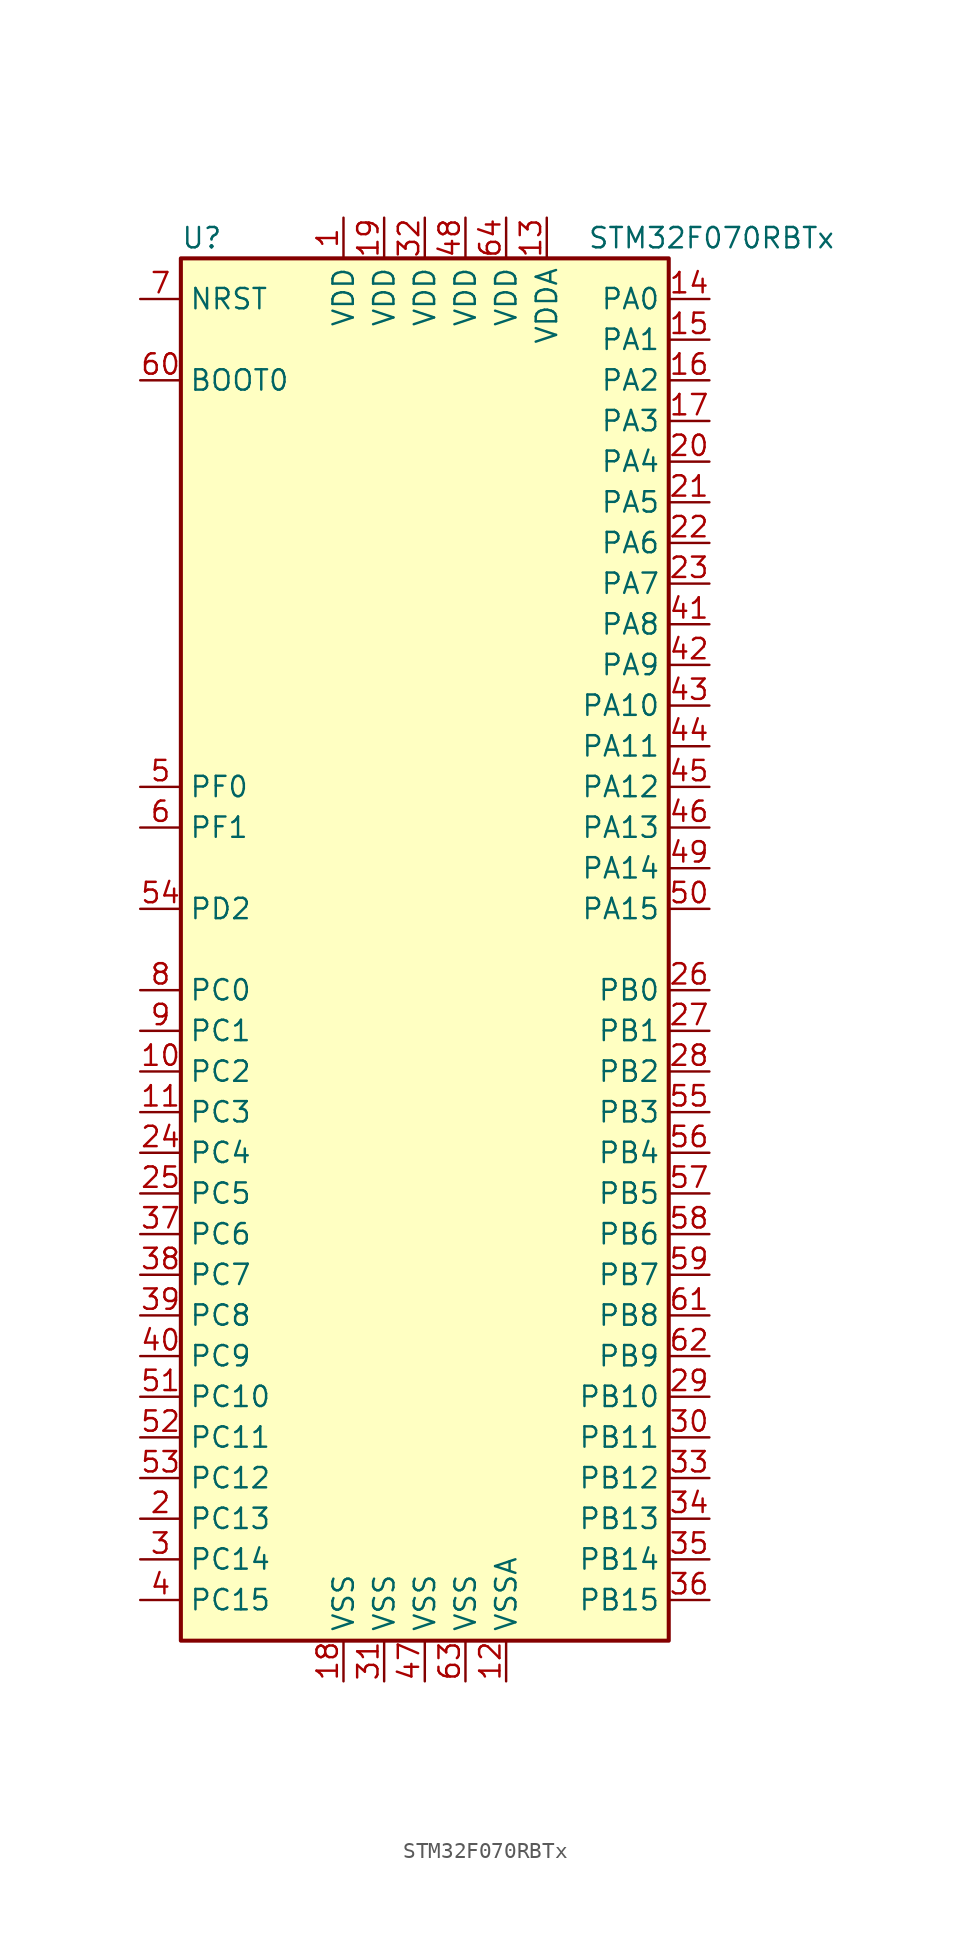
<source format=kicad_sym>
(kicad_symbol_lib
  (version 20201005)
  (generator kicad_symbol_editor)
  (symbol "MCU_ST_STM32F0:STM32F070RBTx"
    (property "Reference" "U"
      (at -15.24 44.45 0)
      (effects (font (size 1.27 1.27)) (justify left)))
    (property "Value" "STM32F070RBTx"
      (at 10.16 44.45 0)
      (effects (font (size 1.27 1.27)) (justify left)))
    (symbol "STM32F070RBTx_0_1"
      (rectangle (start -15.24 -43.18) (end 15.24 43.18) (stroke (width 0.254)) (fill (type background))))
    (symbol "STM32F070RBTx_1_1"
      (pin power_in line (at -5.08 45.72 270) (length 2.54) (name "VDD" (effects (font (size 1.27 1.27)))) (number "1" (effects (font (size 1.27 1.27)))))
      (pin bidirectional line (at -17.78 -7.62 0) (length 2.54) (name "PC2" (effects (font (size 1.27 1.27)))) (number "10" (effects (font (size 1.27 1.27)))))
      (pin bidirectional line (at -17.78 -10.16 0) (length 2.54) (name "PC3" (effects (font (size 1.27 1.27)))) (number "11" (effects (font (size 1.27 1.27)))))
      (pin power_in line (at 5.08 -45.72 90) (length 2.54) (name "VSSA" (effects (font (size 1.27 1.27)))) (number "12" (effects (font (size 1.27 1.27)))))
      (pin power_in line (at 7.62 45.72 270) (length 2.54) (name "VDDA" (effects (font (size 1.27 1.27)))) (number "13" (effects (font (size 1.27 1.27)))))
      (pin bidirectional line (at 17.78 40.64 180) (length 2.54) (name "PA0" (effects (font (size 1.27 1.27)))) (number "14" (effects (font (size 1.27 1.27)))))
      (pin bidirectional line (at 17.78 38.1 180) (length 2.54) (name "PA1" (effects (font (size 1.27 1.27)))) (number "15" (effects (font (size 1.27 1.27)))))
      (pin bidirectional line (at 17.78 35.56 180) (length 2.54) (name "PA2" (effects (font (size 1.27 1.27)))) (number "16" (effects (font (size 1.27 1.27)))))
      (pin bidirectional line (at 17.78 33.02 180) (length 2.54) (name "PA3" (effects (font (size 1.27 1.27)))) (number "17" (effects (font (size 1.27 1.27)))))
      (pin power_in line (at -5.08 -45.72 90) (length 2.54) (name "VSS" (effects (font (size 1.27 1.27)))) (number "18" (effects (font (size 1.27 1.27)))))
      (pin power_in line (at -2.54 45.72 270) (length 2.54) (name "VDD" (effects (font (size 1.27 1.27)))) (number "19" (effects (font (size 1.27 1.27)))))
      (pin bidirectional line (at -17.78 -35.56 0) (length 2.54) (name "PC13" (effects (font (size 1.27 1.27)))) (number "2" (effects (font (size 1.27 1.27)))))
      (pin bidirectional line (at 17.78 30.48 180) (length 2.54) (name "PA4" (effects (font (size 1.27 1.27)))) (number "20" (effects (font (size 1.27 1.27)))))
      (pin bidirectional line (at 17.78 27.94 180) (length 2.54) (name "PA5" (effects (font (size 1.27 1.27)))) (number "21" (effects (font (size 1.27 1.27)))))
      (pin bidirectional line (at 17.78 25.4 180) (length 2.54) (name "PA6" (effects (font (size 1.27 1.27)))) (number "22" (effects (font (size 1.27 1.27)))))
      (pin bidirectional line (at 17.78 22.86 180) (length 2.54) (name "PA7" (effects (font (size 1.27 1.27)))) (number "23" (effects (font (size 1.27 1.27)))))
      (pin bidirectional line (at -17.78 -12.7 0) (length 2.54) (name "PC4" (effects (font (size 1.27 1.27)))) (number "24" (effects (font (size 1.27 1.27)))))
      (pin bidirectional line (at -17.78 -15.24 0) (length 2.54) (name "PC5" (effects (font (size 1.27 1.27)))) (number "25" (effects (font (size 1.27 1.27)))))
      (pin bidirectional line (at 17.78 -2.54 180) (length 2.54) (name "PB0" (effects (font (size 1.27 1.27)))) (number "26" (effects (font (size 1.27 1.27)))))
      (pin bidirectional line (at 17.78 -5.08 180) (length 2.54) (name "PB1" (effects (font (size 1.27 1.27)))) (number "27" (effects (font (size 1.27 1.27)))))
      (pin bidirectional line (at 17.78 -7.62 180) (length 2.54) (name "PB2" (effects (font (size 1.27 1.27)))) (number "28" (effects (font (size 1.27 1.27)))))
      (pin bidirectional line (at 17.78 -27.94 180) (length 2.54) (name "PB10" (effects (font (size 1.27 1.27)))) (number "29" (effects (font (size 1.27 1.27)))))
      (pin bidirectional line (at -17.78 -38.1 0) (length 2.54) (name "PC14" (effects (font (size 1.27 1.27)))) (number "3" (effects (font (size 1.27 1.27)))))
      (pin bidirectional line (at 17.78 -30.48 180) (length 2.54) (name "PB11" (effects (font (size 1.27 1.27)))) (number "30" (effects (font (size 1.27 1.27)))))
      (pin power_in line (at -2.54 -45.72 90) (length 2.54) (name "VSS" (effects (font (size 1.27 1.27)))) (number "31" (effects (font (size 1.27 1.27)))))
      (pin power_in line (at 0 45.72 270) (length 2.54) (name "VDD" (effects (font (size 1.27 1.27)))) (number "32" (effects (font (size 1.27 1.27)))))
      (pin bidirectional line (at 17.78 -33.02 180) (length 2.54) (name "PB12" (effects (font (size 1.27 1.27)))) (number "33" (effects (font (size 1.27 1.27)))))
      (pin bidirectional line (at 17.78 -35.56 180) (length 2.54) (name "PB13" (effects (font (size 1.27 1.27)))) (number "34" (effects (font (size 1.27 1.27)))))
      (pin bidirectional line (at 17.78 -38.1 180) (length 2.54) (name "PB14" (effects (font (size 1.27 1.27)))) (number "35" (effects (font (size 1.27 1.27)))))
      (pin bidirectional line (at 17.78 -40.64 180) (length 2.54) (name "PB15" (effects (font (size 1.27 1.27)))) (number "36" (effects (font (size 1.27 1.27)))))
      (pin bidirectional line (at -17.78 -17.78 0) (length 2.54) (name "PC6" (effects (font (size 1.27 1.27)))) (number "37" (effects (font (size 1.27 1.27)))))
      (pin bidirectional line (at -17.78 -20.32 0) (length 2.54) (name "PC7" (effects (font (size 1.27 1.27)))) (number "38" (effects (font (size 1.27 1.27)))))
      (pin bidirectional line (at -17.78 -22.86 0) (length 2.54) (name "PC8" (effects (font (size 1.27 1.27)))) (number "39" (effects (font (size 1.27 1.27)))))
      (pin bidirectional line (at -17.78 -40.64 0) (length 2.54) (name "PC15" (effects (font (size 1.27 1.27)))) (number "4" (effects (font (size 1.27 1.27)))))
      (pin bidirectional line (at -17.78 -25.4 0) (length 2.54) (name "PC9" (effects (font (size 1.27 1.27)))) (number "40" (effects (font (size 1.27 1.27)))))
      (pin bidirectional line (at 17.78 20.32 180) (length 2.54) (name "PA8" (effects (font (size 1.27 1.27)))) (number "41" (effects (font (size 1.27 1.27)))))
      (pin bidirectional line (at 17.78 17.78 180) (length 2.54) (name "PA9" (effects (font (size 1.27 1.27)))) (number "42" (effects (font (size 1.27 1.27)))))
      (pin bidirectional line (at 17.78 15.24 180) (length 2.54) (name "PA10" (effects (font (size 1.27 1.27)))) (number "43" (effects (font (size 1.27 1.27)))))
      (pin bidirectional line (at 17.78 12.7 180) (length 2.54) (name "PA11" (effects (font (size 1.27 1.27)))) (number "44" (effects (font (size 1.27 1.27)))))
      (pin bidirectional line (at 17.78 10.16 180) (length 2.54) (name "PA12" (effects (font (size 1.27 1.27)))) (number "45" (effects (font (size 1.27 1.27)))))
      (pin bidirectional line (at 17.78 7.62 180) (length 2.54) (name "PA13" (effects (font (size 1.27 1.27)))) (number "46" (effects (font (size 1.27 1.27)))))
      (pin power_in line (at 0 -45.72 90) (length 2.54) (name "VSS" (effects (font (size 1.27 1.27)))) (number "47" (effects (font (size 1.27 1.27)))))
      (pin power_in line (at 2.54 45.72 270) (length 2.54) (name "VDD" (effects (font (size 1.27 1.27)))) (number "48" (effects (font (size 1.27 1.27)))))
      (pin bidirectional line (at 17.78 5.08 180) (length 2.54) (name "PA14" (effects (font (size 1.27 1.27)))) (number "49" (effects (font (size 1.27 1.27)))))
      (pin input line (at -17.78 10.16 0) (length 2.54) (name "PF0" (effects (font (size 1.27 1.27)))) (number "5" (effects (font (size 1.27 1.27)))))
      (pin bidirectional line (at 17.78 2.54 180) (length 2.54) (name "PA15" (effects (font (size 1.27 1.27)))) (number "50" (effects (font (size 1.27 1.27)))))
      (pin bidirectional line (at -17.78 -27.94 0) (length 2.54) (name "PC10" (effects (font (size 1.27 1.27)))) (number "51" (effects (font (size 1.27 1.27)))))
      (pin bidirectional line (at -17.78 -30.48 0) (length 2.54) (name "PC11" (effects (font (size 1.27 1.27)))) (number "52" (effects (font (size 1.27 1.27)))))
      (pin bidirectional line (at -17.78 -33.02 0) (length 2.54) (name "PC12" (effects (font (size 1.27 1.27)))) (number "53" (effects (font (size 1.27 1.27)))))
      (pin bidirectional line (at -17.78 2.54 0) (length 2.54) (name "PD2" (effects (font (size 1.27 1.27)))) (number "54" (effects (font (size 1.27 1.27)))))
      (pin bidirectional line (at 17.78 -10.16 180) (length 2.54) (name "PB3" (effects (font (size 1.27 1.27)))) (number "55" (effects (font (size 1.27 1.27)))))
      (pin bidirectional line (at 17.78 -12.7 180) (length 2.54) (name "PB4" (effects (font (size 1.27 1.27)))) (number "56" (effects (font (size 1.27 1.27)))))
      (pin bidirectional line (at 17.78 -15.24 180) (length 2.54) (name "PB5" (effects (font (size 1.27 1.27)))) (number "57" (effects (font (size 1.27 1.27)))))
      (pin bidirectional line (at 17.78 -17.78 180) (length 2.54) (name "PB6" (effects (font (size 1.27 1.27)))) (number "58" (effects (font (size 1.27 1.27)))))
      (pin bidirectional line (at 17.78 -20.32 180) (length 2.54) (name "PB7" (effects (font (size 1.27 1.27)))) (number "59" (effects (font (size 1.27 1.27)))))
      (pin input line (at -17.78 7.62 0) (length 2.54) (name "PF1" (effects (font (size 1.27 1.27)))) (number "6" (effects (font (size 1.27 1.27)))))
      (pin input line (at -17.78 35.56 0) (length 2.54) (name "BOOT0" (effects (font (size 1.27 1.27)))) (number "60" (effects (font (size 1.27 1.27)))))
      (pin bidirectional line (at 17.78 -22.86 180) (length 2.54) (name "PB8" (effects (font (size 1.27 1.27)))) (number "61" (effects (font (size 1.27 1.27)))))
      (pin bidirectional line (at 17.78 -25.4 180) (length 2.54) (name "PB9" (effects (font (size 1.27 1.27)))) (number "62" (effects (font (size 1.27 1.27)))))
      (pin power_in line (at 2.54 -45.72 90) (length 2.54) (name "VSS" (effects (font (size 1.27 1.27)))) (number "63" (effects (font (size 1.27 1.27)))))
      (pin power_in line (at 5.08 45.72 270) (length 2.54) (name "VDD" (effects (font (size 1.27 1.27)))) (number "64" (effects (font (size 1.27 1.27)))))
      (pin input line (at -17.78 40.64 0) (length 2.54) (name "NRST" (effects (font (size 1.27 1.27)))) (number "7" (effects (font (size 1.27 1.27)))))
      (pin bidirectional line (at -17.78 -2.54 0) (length 2.54) (name "PC0" (effects (font (size 1.27 1.27)))) (number "8" (effects (font (size 1.27 1.27)))))
      (pin bidirectional line (at -17.78 -5.08 0) (length 2.54) (name "PC1" (effects (font (size 1.27 1.27)))) (number "9" (effects (font (size 1.27 1.27))))))))
</source>
